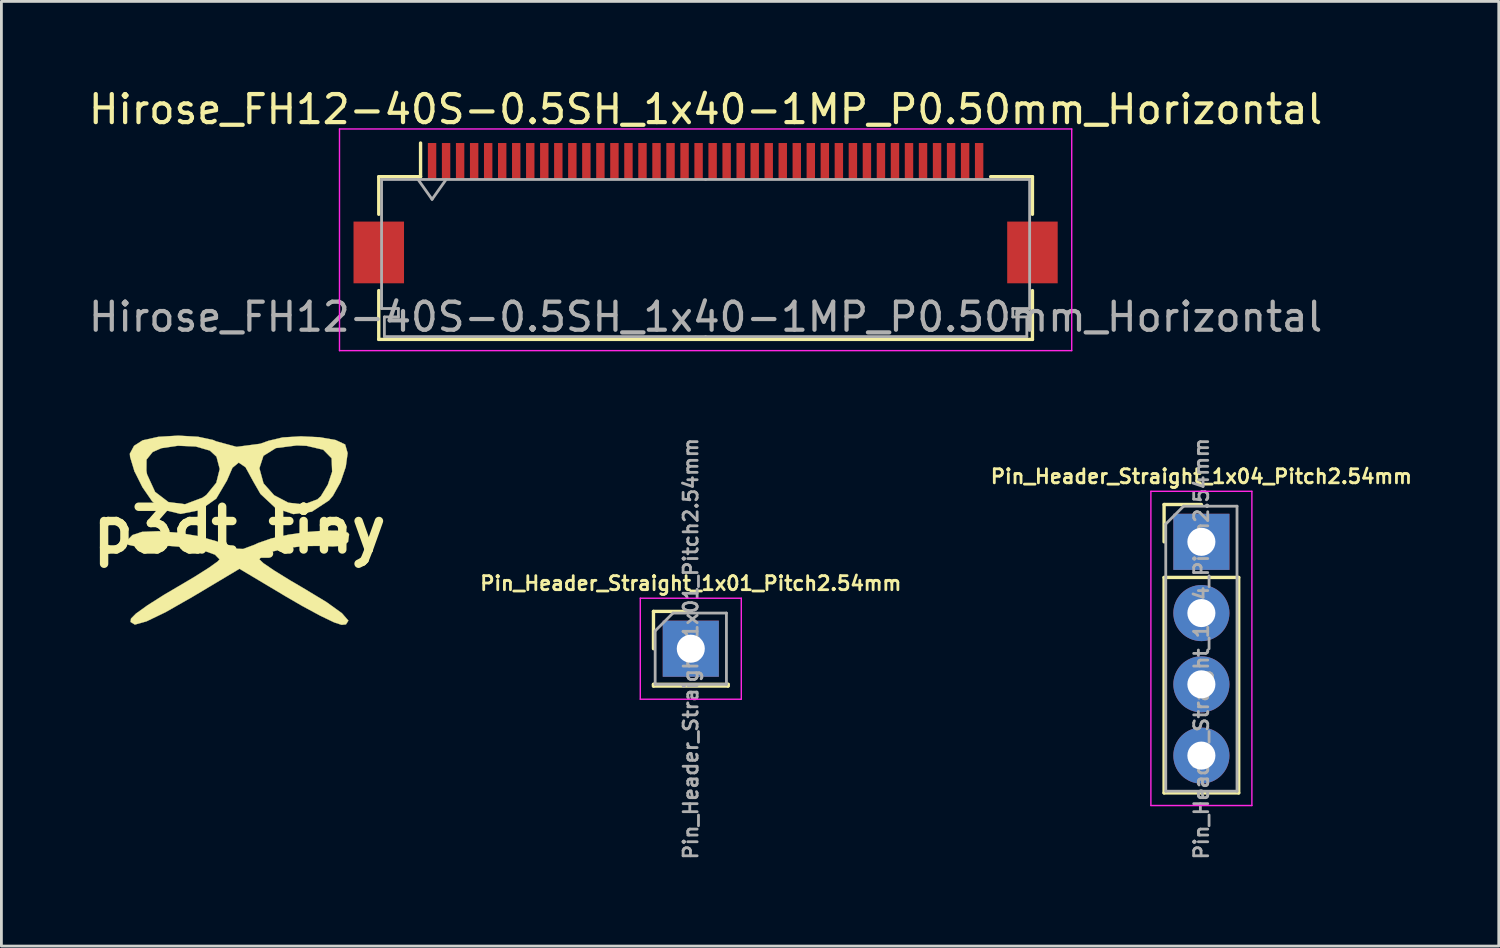
<source format=kicad_pcb>
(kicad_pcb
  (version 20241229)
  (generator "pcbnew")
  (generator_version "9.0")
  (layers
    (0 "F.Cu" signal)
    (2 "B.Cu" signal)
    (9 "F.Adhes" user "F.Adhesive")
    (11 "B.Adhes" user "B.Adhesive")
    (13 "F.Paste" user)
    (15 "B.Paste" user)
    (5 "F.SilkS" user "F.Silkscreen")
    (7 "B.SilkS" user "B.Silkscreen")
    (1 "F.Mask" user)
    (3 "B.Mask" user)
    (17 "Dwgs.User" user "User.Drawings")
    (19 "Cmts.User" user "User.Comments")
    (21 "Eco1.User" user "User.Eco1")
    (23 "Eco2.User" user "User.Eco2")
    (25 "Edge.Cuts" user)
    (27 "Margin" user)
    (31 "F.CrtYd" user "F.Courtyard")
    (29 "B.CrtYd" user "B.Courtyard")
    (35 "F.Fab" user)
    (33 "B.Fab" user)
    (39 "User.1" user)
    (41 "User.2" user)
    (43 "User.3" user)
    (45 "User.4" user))
  (footprint "p3dt_tiny"
    (layer "F.Cu")
    (at 5.486 15.847)
    (property "Reference" "p3dt_tiny" (at 0 0 0) (layer "F.SilkS") (effects (font (size 1.524 1.524) (thickness 0.3))))
    (attr through_hole)
    (fp_poly (pts (xy 3.568 0.021) (xy 3.866 0.091) (xy 3.908 0.152) (xy 3.87 0.419) (xy 3.703 0.551) (xy 3.322 0.582) (xy 2.897 0.561) (xy 2.279 0.567) (xy 1.655 0.646) (xy 1.123 0.775) (xy 0.782 0.934) (xy 0.71 1.043) (xy 0.855 1.179) (xy 1.244 1.444) (xy 1.812 1.794) (xy 2.251 2.051) (xy 3.104 2.566) (xy 3.65 2.959) (xy 3.882 3.225) (xy 3.796 3.359) (xy 3.642 3.375) (xy 3.376 3.288) (xy 2.883 3.051) (xy 2.24 2.704) (xy 1.674 2.376) (xy 0 1.377) (xy -1.674 2.376) (xy -2.631 2.922) (xy -3.314 3.251) (xy -3.729 3.367) (xy -3.883 3.272) (xy -3.867 3.153) (xy -3.691 2.975) (xy -3.273 2.675) (xy -2.685 2.302) (xy -2.253 2.048) (xy -1.604 1.665) (xy -1.089 1.339) (xy -0.775 1.114) (xy -0.71 1.041) (xy -0.872 0.874) (xy -1.29 0.724) (xy -1.867 0.613) (xy -2.505 0.561) (xy -2.958 0.572) (xy -3.631 0.595) (xy -3.969 0.52) (xy -3.98 0.344) (xy -3.814 0.174) (xy -3.467 0.06) (xy -2.887 0.037) (xy -2.18 0.092) (xy -1.454 0.216) (xy -0.817 0.398) (xy -0.616 0.482) (xy -0.192 0.658) (xy 0.131 0.671) (xy 0.539 0.519) (xy 0.663 0.46) (xy 1.135 0.296) (xy 1.75 0.161) (xy 2.42 0.065) (xy 3.056 0.015) (xy 3.568 0.021)) (stroke (width 0.01) (type solid)) (fill yes) (layer "F.SilkS"))
    (fp_poly (pts (xy -1.478 -3.329) (xy -0.932 -3.211) (xy -0.832 -3.166) (xy -0.103 -2.969) (xy 0.738 -3.079) (xy 1.041 -3.187) (xy 1.54 -3.305) (xy 2.187 -3.344) (xy 2.857 -3.312) (xy 3.425 -3.213) (xy 3.766 -3.055) (xy 3.855 -2.747) (xy 3.789 -2.259) (xy 3.603 -1.712) (xy 3.332 -1.226) (xy 3.192 -1.06) (xy 2.577 -0.657) (xy 1.919 -0.572) (xy 1.285 -0.789) (xy 0.748 -1.291) (xy 0.496 -1.729) (xy 0.236 -2.206) (xy 0.71 -2.206) (xy 0.857 -1.668) (xy 1.234 -1.245) (xy 1.743 -0.979) (xy 2.29 -0.915) (xy 2.777 -1.097) (xy 2.901 -1.211) (xy 3.15 -1.622) (xy 3.303 -2.082) (xy 3.284 -2.563) (xy 2.986 -2.867) (xy 2.39 -3.006) (xy 2.043 -3.02) (xy 1.299 -2.926) (xy 0.854 -2.649) (xy 0.71 -2.206) (xy 0.236 -2.206) (xy 0.215 -2.244) (xy -0.028 -2.408) (xy -0.251 -2.223) (xy -0.446 -1.771) (xy -0.828 -1.124) (xy -1.408 -0.714) (xy -2.099 -0.579) (xy -2.794 -0.748) (xy -3.117 -1.036) (xy -3.459 -1.531) (xy -3.744 -2.1) (xy -3.746 -2.105) (xy -3.317 -2.105) (xy -3.293 -1.985) (xy -3.008 -1.364) (xy -2.532 -1.001) (xy -1.942 -0.923) (xy -1.317 -1.157) (xy -1.179 -1.256) (xy -0.827 -1.688) (xy -0.704 -2.18) (xy -0.819 -2.618) (xy -1.054 -2.836) (xy -1.56 -2.982) (xy -2.193 -3.009) (xy -2.783 -2.922) (xy -3.095 -2.785) (xy -3.313 -2.515) (xy -3.317 -2.105) (xy -3.746 -2.105) (xy -3.898 -2.608) (xy -3.908 -2.725) (xy -3.758 -3.006) (xy -3.452 -3.202) (xy -2.889 -3.327) (xy -2.18 -3.369) (xy -1.478 -3.329)) (stroke (width 0.01) (type solid)) (fill yes) (layer "F.SilkS")))
  (footprint "Pin_Header_Straight_1x01_Pitch2.54mm"
    (layer "F.Cu")
    (at 21.573 20.073)
    (property "Reference" "Pin_Header_Straight_1x01_Pitch2.54mm" (at 0 -2.33 0) (layer "F.SilkS") (effects (font (size 0.5 0.5) (thickness 0.1))))
    (attr through_hole)
    (fp_line (start -1.33 -1.33) (end 0 -1.33) (stroke (width 0.12) (type solid)) (layer "F.SilkS"))
    (fp_line (start -1.33 0) (end -1.33 -1.33) (stroke (width 0.12) (type solid)) (layer "F.SilkS"))
    (fp_line (start -1.33 1.27) (end -1.33 1.33) (stroke (width 0.12) (type solid)) (layer "F.SilkS"))
    (fp_line (start -1.33 1.27) (end 1.33 1.27) (stroke (width 0.12) (type solid)) (layer "F.SilkS"))
    (fp_line (start -1.33 1.33) (end 1.33 1.33) (stroke (width 0.12) (type solid)) (layer "F.SilkS"))
    (fp_line (start 1.33 1.27) (end 1.33 1.33) (stroke (width 0.12) (type solid)) (layer "F.SilkS"))
    (fp_line (start -1.8 -1.8) (end -1.8 1.8) (stroke (width 0.05) (type solid)) (layer "F.CrtYd"))
    (fp_line (start -1.8 1.8) (end 1.8 1.8) (stroke (width 0.05) (type solid)) (layer "F.CrtYd"))
    (fp_line (start 1.8 -1.8) (end -1.8 -1.8) (stroke (width 0.05) (type solid)) (layer "F.CrtYd"))
    (fp_line (start 1.8 1.8) (end 1.8 -1.8) (stroke (width 0.05) (type solid)) (layer "F.CrtYd"))
    (fp_line (start -1.27 -0.635) (end -0.635 -1.27) (stroke (width 0.1) (type solid)) (layer "F.Fab"))
    (fp_line (start -1.27 1.27) (end -1.27 -0.635) (stroke (width 0.1) (type solid)) (layer "F.Fab"))
    (fp_line (start -0.635 -1.27) (end 1.27 -1.27) (stroke (width 0.1) (type solid)) (layer "F.Fab"))
    (fp_line (start 1.27 -1.27) (end 1.27 1.27) (stroke (width 0.1) (type solid)) (layer "F.Fab"))
    (fp_line (start 1.27 1.27) (end -1.27 1.27) (stroke (width 0.1) (type solid)) (layer "F.Fab"))
    (fp_text user "${REFERENCE}" (at 0 0 90) (layer "F.Fab") (effects (font (size 0.5 0.5) (thickness 0.1))))
    (pad "1" thru_hole rect (at 0 0) (size 2 2) (drill 1) (layers "*.Cu" "*.Mask")))
  (footprint "Pin_Header_Straight_1x04_Pitch2.54mm"
    (layer "F.Cu")
    (at 39.773 16.263)
    (property "Reference" "Pin_Header_Straight_1x04_Pitch2.54mm" (at 0 -2.33 0) (layer "F.SilkS") (effects (font (size 0.5 0.5) (thickness 0.1))))
    (attr through_hole)
    (fp_line (start -1.33 -1.33) (end 0 -1.33) (stroke (width 0.12) (type solid)) (layer "F.SilkS"))
    (fp_line (start -1.33 0) (end -1.33 -1.33) (stroke (width 0.12) (type solid)) (layer "F.SilkS"))
    (fp_line (start -1.33 1.27) (end -1.33 8.95) (stroke (width 0.12) (type solid)) (layer "F.SilkS"))
    (fp_line (start -1.33 1.27) (end 1.33 1.27) (stroke (width 0.12) (type solid)) (layer "F.SilkS"))
    (fp_line (start -1.33 8.95) (end 1.33 8.95) (stroke (width 0.12) (type solid)) (layer "F.SilkS"))
    (fp_line (start 1.33 1.27) (end 1.33 8.95) (stroke (width 0.12) (type solid)) (layer "F.SilkS"))
    (fp_line (start -1.8 -1.8) (end -1.8 9.4) (stroke (width 0.05) (type solid)) (layer "F.CrtYd"))
    (fp_line (start -1.8 9.4) (end 1.8 9.4) (stroke (width 0.05) (type solid)) (layer "F.CrtYd"))
    (fp_line (start 1.8 -1.8) (end -1.8 -1.8) (stroke (width 0.05) (type solid)) (layer "F.CrtYd"))
    (fp_line (start 1.8 9.4) (end 1.8 -1.8) (stroke (width 0.05) (type solid)) (layer "F.CrtYd"))
    (fp_line (start -1.27 -0.635) (end -0.635 -1.27) (stroke (width 0.1) (type solid)) (layer "F.Fab"))
    (fp_line (start -1.27 8.89) (end -1.27 -0.635) (stroke (width 0.1) (type solid)) (layer "F.Fab"))
    (fp_line (start -0.635 -1.27) (end 1.27 -1.27) (stroke (width 0.1) (type solid)) (layer "F.Fab"))
    (fp_line (start 1.27 -1.27) (end 1.27 8.89) (stroke (width 0.1) (type solid)) (layer "F.Fab"))
    (fp_line (start 1.27 8.89) (end -1.27 8.89) (stroke (width 0.1) (type solid)) (layer "F.Fab"))
    (fp_text user "${REFERENCE}" (at 0 3.81 90) (layer "F.Fab") (effects (font (size 0.5 0.5) (thickness 0.1))))
    (pad "1" thru_hole rect (at 0 0) (size 2 2) (drill 1) (layers "*.Cu" "*.Mask"))
    (pad "2" thru_hole oval (at 0 2.54) (size 2 2) (drill 1) (layers "*.Cu" "*.Mask"))
    (pad "3" thru_hole oval (at 0 5.08) (size 2 2) (drill 1) (layers "*.Cu" "*.Mask"))
    (pad "4" thru_hole oval (at 0 7.62) (size 2 2) (drill 1) (layers "*.Cu" "*.Mask")))
  (footprint "Hirose_FH12-40S-0.5SH_1x40-1MP_P0.50mm_Horizontal"
    (layer "F.Cu")
    (at 22.101 4.548)
    (property "Reference" "Hirose_FH12-40S-0.5SH_1x40-1MP_P0.50mm_Horizontal" (at 0 -3.7 0) (layer "F.SilkS") (effects (font (size 1 1) (thickness 0.15))))
    (attr smd)
    (fp_line (start -11.65 -1.3) (end -11.65 0.04) (stroke (width 0.12) (type solid)) (layer "F.SilkS"))
    (fp_line (start -11.65 2.76) (end -11.65 4.5) (stroke (width 0.12) (type solid)) (layer "F.SilkS"))
    (fp_line (start -11.65 4.5) (end 11.65 4.5) (stroke (width 0.12) (type solid)) (layer "F.SilkS"))
    (fp_line (start -10.16 -1.3) (end -11.65 -1.3) (stroke (width 0.12) (type solid)) (layer "F.SilkS"))
    (fp_line (start -10.16 -1.3) (end -10.16 -2.5) (stroke (width 0.12) (type solid)) (layer "F.SilkS"))
    (fp_line (start 10.16 -1.3) (end 11.65 -1.3) (stroke (width 0.12) (type solid)) (layer "F.SilkS"))
    (fp_line (start 11.65 -1.3) (end 11.65 0.04) (stroke (width 0.12) (type solid)) (layer "F.SilkS"))
    (fp_line (start 11.65 4.5) (end 11.65 2.76) (stroke (width 0.12) (type solid)) (layer "F.SilkS"))
    (fp_line (start -13.05 -3) (end -13.05 4.9) (stroke (width 0.05) (type solid)) (layer "F.CrtYd"))
    (fp_line (start -13.05 4.9) (end 13.05 4.9) (stroke (width 0.05) (type solid)) (layer "F.CrtYd"))
    (fp_line (start 13.05 -3) (end -13.05 -3) (stroke (width 0.05) (type solid)) (layer "F.CrtYd"))
    (fp_line (start 13.05 4.9) (end 13.05 -3) (stroke (width 0.05) (type solid)) (layer "F.CrtYd"))
    (fp_line (start -11.55 -1.2) (end -11.55 3.4) (stroke (width 0.1) (type solid)) (layer "F.Fab"))
    (fp_line (start -11.55 3.4) (end -10.95 3.4) (stroke (width 0.1) (type solid)) (layer "F.Fab"))
    (fp_line (start -11.45 3.7) (end -11.45 4.4) (stroke (width 0.1) (type solid)) (layer "F.Fab"))
    (fp_line (start -11.45 4.4) (end 0 4.4) (stroke (width 0.1) (type solid)) (layer "F.Fab"))
    (fp_line (start -10.95 3.4) (end -10.95 3.7) (stroke (width 0.1) (type solid)) (layer "F.Fab"))
    (fp_line (start -10.95 3.7) (end -11.45 3.7) (stroke (width 0.1) (type solid)) (layer "F.Fab"))
    (fp_line (start -10.25 -1.2) (end -9.75 -0.493) (stroke (width 0.1) (type solid)) (layer "F.Fab"))
    (fp_line (start -9.75 -0.493) (end -9.25 -1.2) (stroke (width 0.1) (type solid)) (layer "F.Fab"))
    (fp_line (start 0 -1.2) (end -11.55 -1.2) (stroke (width 0.1) (type solid)) (layer "F.Fab"))
    (fp_line (start 0 -1.2) (end 11.55 -1.2) (stroke (width 0.1) (type solid)) (layer "F.Fab"))
    (fp_line (start 10.95 3.4) (end 10.95 3.7) (stroke (width 0.1) (type solid)) (layer "F.Fab"))
    (fp_line (start 10.95 3.7) (end 11.45 3.7) (stroke (width 0.1) (type solid)) (layer "F.Fab"))
    (fp_line (start 11.45 3.7) (end 11.45 4.4) (stroke (width 0.1) (type solid)) (layer "F.Fab"))
    (fp_line (start 11.45 4.4) (end 0 4.4) (stroke (width 0.1) (type solid)) (layer "F.Fab"))
    (fp_line (start 11.55 -1.2) (end 11.55 3.4) (stroke (width 0.1) (type solid)) (layer "F.Fab"))
    (fp_line (start 11.55 3.4) (end 10.95 3.4) (stroke (width 0.1) (type solid)) (layer "F.Fab"))
    (fp_text user "${REFERENCE}" (at 0 3.7 0) (layer "F.Fab") (effects (font (size 1 1) (thickness 0.15))))
    (pad "1" smd rect (at 9.75 -1.85) (size 0.3 1.3) (layers "F.Cu" "F.Mask" "F.Paste"))
    (pad "2" smd rect (at 9.25 -1.85) (size 0.3 1.3) (layers "F.Cu" "F.Mask" "F.Paste"))
    (pad "3" smd rect (at 8.75 -1.85) (size 0.3 1.3) (layers "F.Cu" "F.Mask" "F.Paste"))
    (pad "4" smd rect (at 8.25 -1.85) (size 0.3 1.3) (layers "F.Cu" "F.Mask" "F.Paste"))
    (pad "5" smd rect (at 7.75 -1.85) (size 0.3 1.3) (layers "F.Cu" "F.Mask" "F.Paste"))
    (pad "6" smd rect (at 7.25 -1.85) (size 0.3 1.3) (layers "F.Cu" "F.Mask" "F.Paste"))
    (pad "7" smd rect (at 6.75 -1.85) (size 0.3 1.3) (layers "F.Cu" "F.Mask" "F.Paste"))
    (pad "8" smd rect (at 6.25 -1.85) (size 0.3 1.3) (layers "F.Cu" "F.Mask" "F.Paste"))
    (pad "9" smd rect (at 5.75 -1.85) (size 0.3 1.3) (layers "F.Cu" "F.Mask" "F.Paste"))
    (pad "10" smd rect (at 5.25 -1.85) (size 0.3 1.3) (layers "F.Cu" "F.Mask" "F.Paste"))
    (pad "11" smd rect (at 4.75 -1.85) (size 0.3 1.3) (layers "F.Cu" "F.Mask" "F.Paste"))
    (pad "12" smd rect (at 4.25 -1.85) (size 0.3 1.3) (layers "F.Cu" "F.Mask" "F.Paste"))
    (pad "13" smd rect (at 3.75 -1.85) (size 0.3 1.3) (layers "F.Cu" "F.Mask" "F.Paste"))
    (pad "14" smd rect (at 3.25 -1.85) (size 0.3 1.3) (layers "F.Cu" "F.Mask" "F.Paste"))
    (pad "15" smd rect (at 2.75 -1.85) (size 0.3 1.3) (layers "F.Cu" "F.Mask" "F.Paste"))
    (pad "16" smd rect (at 2.25 -1.85) (size 0.3 1.3) (layers "F.Cu" "F.Mask" "F.Paste"))
    (pad "17" smd rect (at 1.75 -1.85) (size 0.3 1.3) (layers "F.Cu" "F.Mask" "F.Paste"))
    (pad "18" smd rect (at 1.25 -1.85) (size 0.3 1.3) (layers "F.Cu" "F.Mask" "F.Paste"))
    (pad "19" smd rect (at 0.75 -1.85) (size 0.3 1.3) (layers "F.Cu" "F.Mask" "F.Paste"))
    (pad "20" smd rect (at 0.25 -1.85) (size 0.3 1.3) (layers "F.Cu" "F.Mask" "F.Paste"))
    (pad "21" smd rect (at -0.25 -1.85) (size 0.3 1.3) (layers "F.Cu" "F.Mask" "F.Paste"))
    (pad "22" smd rect (at -0.75 -1.85) (size 0.3 1.3) (layers "F.Cu" "F.Mask" "F.Paste"))
    (pad "23" smd rect (at -1.25 -1.85) (size 0.3 1.3) (layers "F.Cu" "F.Mask" "F.Paste"))
    (pad "24" smd rect (at -1.75 -1.85) (size 0.3 1.3) (layers "F.Cu" "F.Mask" "F.Paste"))
    (pad "25" smd rect (at -2.25 -1.85) (size 0.3 1.3) (layers "F.Cu" "F.Mask" "F.Paste"))
    (pad "26" smd rect (at -2.75 -1.85) (size 0.3 1.3) (layers "F.Cu" "F.Mask" "F.Paste"))
    (pad "27" smd rect (at -3.25 -1.85) (size 0.3 1.3) (layers "F.Cu" "F.Mask" "F.Paste"))
    (pad "28" smd rect (at -3.75 -1.85) (size 0.3 1.3) (layers "F.Cu" "F.Mask" "F.Paste"))
    (pad "29" smd rect (at -4.25 -1.85) (size 0.3 1.3) (layers "F.Cu" "F.Mask" "F.Paste"))
    (pad "30" smd rect (at -4.75 -1.85) (size 0.3 1.3) (layers "F.Cu" "F.Mask" "F.Paste"))
    (pad "31" smd rect (at -5.25 -1.85) (size 0.3 1.3) (layers "F.Cu" "F.Mask" "F.Paste"))
    (pad "32" smd rect (at -5.75 -1.85) (size 0.3 1.3) (layers "F.Cu" "F.Mask" "F.Paste"))
    (pad "33" smd rect (at -6.25 -1.85) (size 0.3 1.3) (layers "F.Cu" "F.Mask" "F.Paste"))
    (pad "34" smd rect (at -6.75 -1.85) (size 0.3 1.3) (layers "F.Cu" "F.Mask" "F.Paste"))
    (pad "35" smd rect (at -7.25 -1.85) (size 0.3 1.3) (layers "F.Cu" "F.Mask" "F.Paste"))
    (pad "36" smd rect (at -7.75 -1.85) (size 0.3 1.3) (layers "F.Cu" "F.Mask" "F.Paste"))
    (pad "37" smd rect (at -8.25 -1.85) (size 0.3 1.3) (layers "F.Cu" "F.Mask" "F.Paste"))
    (pad "38" smd rect (at -8.75 -1.85) (size 0.3 1.3) (layers "F.Cu" "F.Mask" "F.Paste"))
    (pad "39" smd rect (at -9.25 -1.85) (size 0.3 1.3) (layers "F.Cu" "F.Mask" "F.Paste"))
    (pad "40" smd rect (at -9.75 -1.85) (size 0.3 1.3) (layers "F.Cu" "F.Mask" "F.Paste"))
    (pad "MP" smd rect (at -11.65 1.4) (size 1.8 2.2) (layers "F.Cu" "F.Mask" "F.Paste"))
    (pad "MP" smd rect (at 11.65 1.4) (size 1.8 2.2) (layers "F.Cu" "F.Mask" "F.Paste")))
  (gr_rect
    (start -3 -3)
    (end 50.373 30.673)
    (stroke (width 0.1) (type default))
    (fill no)
    (layer "Edge.Cuts")))
</source>
